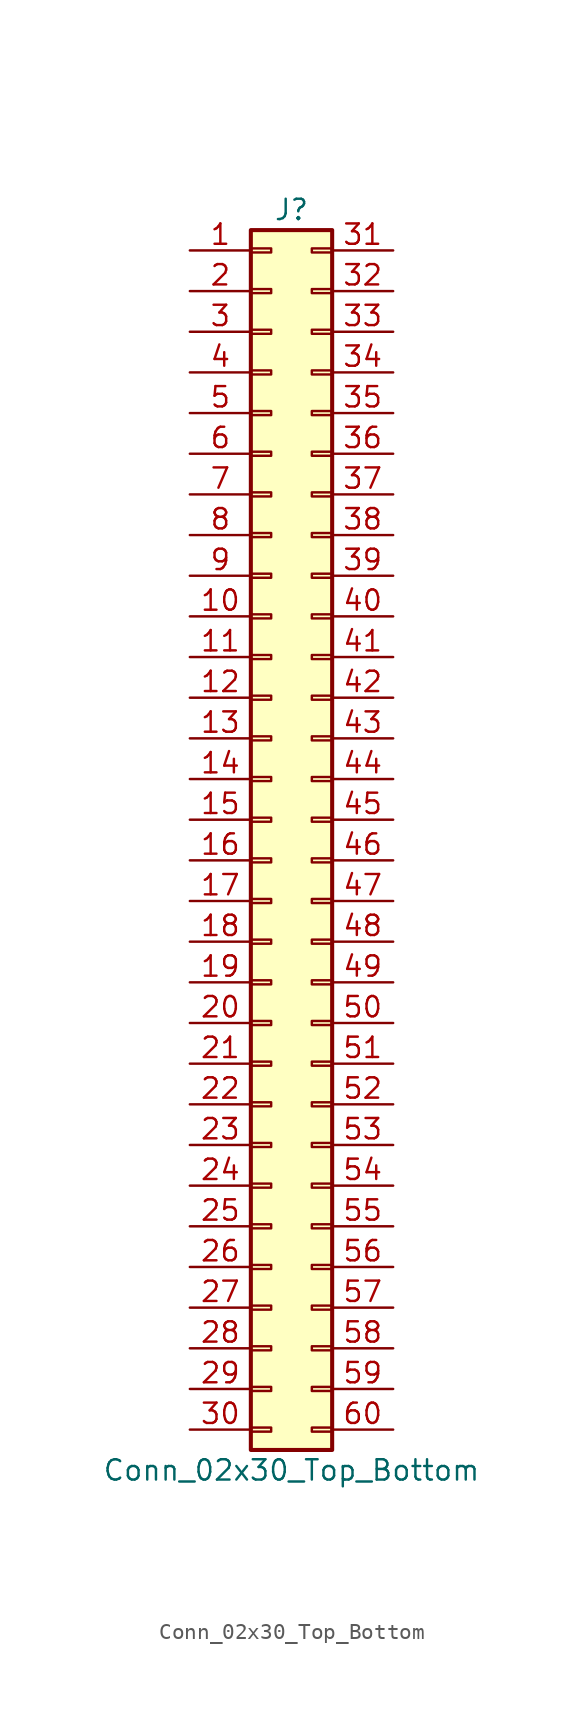
<source format=kicad_sym>
(kicad_symbol_lib
  (version 20201005)
  (generator kicad_symbol_editor)
  (symbol "Conn_02x30_Top_Bottom"
    (pin_names
      (offset 1.016) hide)
    (property "Reference" "J"
      (at 1.27 38.1 0)
      (effects (font (size 1.27 1.27))))
    (property "Value" "Conn_02x30_Top_Bottom"
      (at 1.27 -40.64 0)
      (effects (font (size 1.27 1.27))))
    (symbol "Conn_02x30_Top_Bottom_1_1"
      (rectangle (start -1.27 -37.973) (end 0 -38.227) (stroke (width 0.152)) (fill (type none)))
      (rectangle (start -1.27 -35.433) (end 0 -35.687) (stroke (width 0.152)) (fill (type none)))
      (rectangle (start -1.27 -32.893) (end 0 -33.147) (stroke (width 0.152)) (fill (type none)))
      (rectangle (start -1.27 -30.353) (end 0 -30.607) (stroke (width 0.152)) (fill (type none)))
      (rectangle (start -1.27 -27.813) (end 0 -28.067) (stroke (width 0.152)) (fill (type none)))
      (rectangle (start -1.27 -25.273) (end 0 -25.527) (stroke (width 0.152)) (fill (type none)))
      (rectangle (start -1.27 -22.733) (end 0 -22.987) (stroke (width 0.152)) (fill (type none)))
      (rectangle (start -1.27 -20.193) (end 0 -20.447) (stroke (width 0.152)) (fill (type none)))
      (rectangle (start -1.27 -17.653) (end 0 -17.907) (stroke (width 0.152)) (fill (type none)))
      (rectangle (start -1.27 -15.113) (end 0 -15.367) (stroke (width 0.152)) (fill (type none)))
      (rectangle (start -1.27 -12.573) (end 0 -12.827) (stroke (width 0.152)) (fill (type none)))
      (rectangle (start -1.27 -10.033) (end 0 -10.287) (stroke (width 0.152)) (fill (type none)))
      (rectangle (start -1.27 -7.493) (end 0 -7.747) (stroke (width 0.152)) (fill (type none)))
      (rectangle (start -1.27 -4.953) (end 0 -5.207) (stroke (width 0.152)) (fill (type none)))
      (rectangle (start -1.27 -2.413) (end 0 -2.667) (stroke (width 0.152)) (fill (type none)))
      (rectangle (start -1.27 0.127) (end 0 -0.127) (stroke (width 0.152)) (fill (type none)))
      (rectangle (start -1.27 2.667) (end 0 2.413) (stroke (width 0.152)) (fill (type none)))
      (rectangle (start -1.27 5.207) (end 0 4.953) (stroke (width 0.152)) (fill (type none)))
      (rectangle (start -1.27 7.747) (end 0 7.493) (stroke (width 0.152)) (fill (type none)))
      (rectangle (start -1.27 10.287) (end 0 10.033) (stroke (width 0.152)) (fill (type none)))
      (rectangle (start -1.27 12.827) (end 0 12.573) (stroke (width 0.152)) (fill (type none)))
      (rectangle (start -1.27 15.367) (end 0 15.113) (stroke (width 0.152)) (fill (type none)))
      (rectangle (start -1.27 17.907) (end 0 17.653) (stroke (width 0.152)) (fill (type none)))
      (rectangle (start -1.27 20.447) (end 0 20.193) (stroke (width 0.152)) (fill (type none)))
      (rectangle (start -1.27 22.987) (end 0 22.733) (stroke (width 0.152)) (fill (type none)))
      (rectangle (start -1.27 25.527) (end 0 25.273) (stroke (width 0.152)) (fill (type none)))
      (rectangle (start -1.27 28.067) (end 0 27.813) (stroke (width 0.152)) (fill (type none)))
      (rectangle (start -1.27 30.607) (end 0 30.353) (stroke (width 0.152)) (fill (type none)))
      (rectangle (start -1.27 33.147) (end 0 32.893) (stroke (width 0.152)) (fill (type none)))
      (rectangle (start -1.27 35.687) (end 0 35.433) (stroke (width 0.152)) (fill (type none)))
      (rectangle (start -1.27 36.83) (end 3.81 -39.37) (stroke (width 0.254)) (fill (type background)))
      (rectangle (start 3.81 -37.973) (end 2.54 -38.227) (stroke (width 0.152)) (fill (type none)))
      (rectangle (start 3.81 -35.433) (end 2.54 -35.687) (stroke (width 0.152)) (fill (type none)))
      (rectangle (start 3.81 -32.893) (end 2.54 -33.147) (stroke (width 0.152)) (fill (type none)))
      (rectangle (start 3.81 -30.353) (end 2.54 -30.607) (stroke (width 0.152)) (fill (type none)))
      (rectangle (start 3.81 -27.813) (end 2.54 -28.067) (stroke (width 0.152)) (fill (type none)))
      (rectangle (start 3.81 -25.273) (end 2.54 -25.527) (stroke (width 0.152)) (fill (type none)))
      (rectangle (start 3.81 -22.733) (end 2.54 -22.987) (stroke (width 0.152)) (fill (type none)))
      (rectangle (start 3.81 -20.193) (end 2.54 -20.447) (stroke (width 0.152)) (fill (type none)))
      (rectangle (start 3.81 -17.653) (end 2.54 -17.907) (stroke (width 0.152)) (fill (type none)))
      (rectangle (start 3.81 -15.113) (end 2.54 -15.367) (stroke (width 0.152)) (fill (type none)))
      (rectangle (start 3.81 -12.573) (end 2.54 -12.827) (stroke (width 0.152)) (fill (type none)))
      (rectangle (start 3.81 -10.033) (end 2.54 -10.287) (stroke (width 0.152)) (fill (type none)))
      (rectangle (start 3.81 -7.493) (end 2.54 -7.747) (stroke (width 0.152)) (fill (type none)))
      (rectangle (start 3.81 -4.953) (end 2.54 -5.207) (stroke (width 0.152)) (fill (type none)))
      (rectangle (start 3.81 -2.413) (end 2.54 -2.667) (stroke (width 0.152)) (fill (type none)))
      (rectangle (start 3.81 0.127) (end 2.54 -0.127) (stroke (width 0.152)) (fill (type none)))
      (rectangle (start 3.81 2.667) (end 2.54 2.413) (stroke (width 0.152)) (fill (type none)))
      (rectangle (start 3.81 5.207) (end 2.54 4.953) (stroke (width 0.152)) (fill (type none)))
      (rectangle (start 3.81 7.747) (end 2.54 7.493) (stroke (width 0.152)) (fill (type none)))
      (rectangle (start 3.81 10.287) (end 2.54 10.033) (stroke (width 0.152)) (fill (type none)))
      (rectangle (start 3.81 12.827) (end 2.54 12.573) (stroke (width 0.152)) (fill (type none)))
      (rectangle (start 3.81 15.367) (end 2.54 15.113) (stroke (width 0.152)) (fill (type none)))
      (rectangle (start 3.81 17.907) (end 2.54 17.653) (stroke (width 0.152)) (fill (type none)))
      (rectangle (start 3.81 20.447) (end 2.54 20.193) (stroke (width 0.152)) (fill (type none)))
      (rectangle (start 3.81 22.987) (end 2.54 22.733) (stroke (width 0.152)) (fill (type none)))
      (rectangle (start 3.81 25.527) (end 2.54 25.273) (stroke (width 0.152)) (fill (type none)))
      (rectangle (start 3.81 28.067) (end 2.54 27.813) (stroke (width 0.152)) (fill (type none)))
      (rectangle (start 3.81 30.607) (end 2.54 30.353) (stroke (width 0.152)) (fill (type none)))
      (rectangle (start 3.81 33.147) (end 2.54 32.893) (stroke (width 0.152)) (fill (type none)))
      (rectangle (start 3.81 35.687) (end 2.54 35.433) (stroke (width 0.152)) (fill (type none)))
      (pin passive line (at -5.08 35.56 0) (length 3.81) (name "Pin_1" (effects (font (size 1.27 1.27)))) (number "1" (effects (font (size 1.27 1.27)))))
      (pin passive line (at -5.08 12.7 0) (length 3.81) (name "Pin_10" (effects (font (size 1.27 1.27)))) (number "10" (effects (font (size 1.27 1.27)))))
      (pin passive line (at -5.08 10.16 0) (length 3.81) (name "Pin_11" (effects (font (size 1.27 1.27)))) (number "11" (effects (font (size 1.27 1.27)))))
      (pin passive line (at -5.08 7.62 0) (length 3.81) (name "Pin_12" (effects (font (size 1.27 1.27)))) (number "12" (effects (font (size 1.27 1.27)))))
      (pin passive line (at -5.08 5.08 0) (length 3.81) (name "Pin_13" (effects (font (size 1.27 1.27)))) (number "13" (effects (font (size 1.27 1.27)))))
      (pin passive line (at -5.08 2.54 0) (length 3.81) (name "Pin_14" (effects (font (size 1.27 1.27)))) (number "14" (effects (font (size 1.27 1.27)))))
      (pin passive line (at -5.08 0 0) (length 3.81) (name "Pin_15" (effects (font (size 1.27 1.27)))) (number "15" (effects (font (size 1.27 1.27)))))
      (pin passive line (at -5.08 -2.54 0) (length 3.81) (name "Pin_16" (effects (font (size 1.27 1.27)))) (number "16" (effects (font (size 1.27 1.27)))))
      (pin passive line (at -5.08 -5.08 0) (length 3.81) (name "Pin_17" (effects (font (size 1.27 1.27)))) (number "17" (effects (font (size 1.27 1.27)))))
      (pin passive line (at -5.08 -7.62 0) (length 3.81) (name "Pin_18" (effects (font (size 1.27 1.27)))) (number "18" (effects (font (size 1.27 1.27)))))
      (pin passive line (at -5.08 -10.16 0) (length 3.81) (name "Pin_19" (effects (font (size 1.27 1.27)))) (number "19" (effects (font (size 1.27 1.27)))))
      (pin passive line (at -5.08 33.02 0) (length 3.81) (name "Pin_2" (effects (font (size 1.27 1.27)))) (number "2" (effects (font (size 1.27 1.27)))))
      (pin passive line (at -5.08 -12.7 0) (length 3.81) (name "Pin_20" (effects (font (size 1.27 1.27)))) (number "20" (effects (font (size 1.27 1.27)))))
      (pin passive line (at -5.08 -15.24 0) (length 3.81) (name "Pin_21" (effects (font (size 1.27 1.27)))) (number "21" (effects (font (size 1.27 1.27)))))
      (pin passive line (at -5.08 -17.78 0) (length 3.81) (name "Pin_22" (effects (font (size 1.27 1.27)))) (number "22" (effects (font (size 1.27 1.27)))))
      (pin passive line (at -5.08 -20.32 0) (length 3.81) (name "Pin_23" (effects (font (size 1.27 1.27)))) (number "23" (effects (font (size 1.27 1.27)))))
      (pin passive line (at -5.08 -22.86 0) (length 3.81) (name "Pin_24" (effects (font (size 1.27 1.27)))) (number "24" (effects (font (size 1.27 1.27)))))
      (pin passive line (at -5.08 -25.4 0) (length 3.81) (name "Pin_25" (effects (font (size 1.27 1.27)))) (number "25" (effects (font (size 1.27 1.27)))))
      (pin passive line (at -5.08 -27.94 0) (length 3.81) (name "Pin_26" (effects (font (size 1.27 1.27)))) (number "26" (effects (font (size 1.27 1.27)))))
      (pin passive line (at -5.08 -30.48 0) (length 3.81) (name "Pin_27" (effects (font (size 1.27 1.27)))) (number "27" (effects (font (size 1.27 1.27)))))
      (pin passive line (at -5.08 -33.02 0) (length 3.81) (name "Pin_28" (effects (font (size 1.27 1.27)))) (number "28" (effects (font (size 1.27 1.27)))))
      (pin passive line (at -5.08 -35.56 0) (length 3.81) (name "Pin_29" (effects (font (size 1.27 1.27)))) (number "29" (effects (font (size 1.27 1.27)))))
      (pin passive line (at -5.08 30.48 0) (length 3.81) (name "Pin_3" (effects (font (size 1.27 1.27)))) (number "3" (effects (font (size 1.27 1.27)))))
      (pin passive line (at -5.08 -38.1 0) (length 3.81) (name "Pin_30" (effects (font (size 1.27 1.27)))) (number "30" (effects (font (size 1.27 1.27)))))
      (pin passive line (at 7.62 35.56 180) (length 3.81) (name "Pin_31" (effects (font (size 1.27 1.27)))) (number "31" (effects (font (size 1.27 1.27)))))
      (pin passive line (at 7.62 33.02 180) (length 3.81) (name "Pin_32" (effects (font (size 1.27 1.27)))) (number "32" (effects (font (size 1.27 1.27)))))
      (pin passive line (at 7.62 30.48 180) (length 3.81) (name "Pin_33" (effects (font (size 1.27 1.27)))) (number "33" (effects (font (size 1.27 1.27)))))
      (pin passive line (at 7.62 27.94 180) (length 3.81) (name "Pin_34" (effects (font (size 1.27 1.27)))) (number "34" (effects (font (size 1.27 1.27)))))
      (pin passive line (at 7.62 25.4 180) (length 3.81) (name "Pin_35" (effects (font (size 1.27 1.27)))) (number "35" (effects (font (size 1.27 1.27)))))
      (pin passive line (at 7.62 22.86 180) (length 3.81) (name "Pin_36" (effects (font (size 1.27 1.27)))) (number "36" (effects (font (size 1.27 1.27)))))
      (pin passive line (at 7.62 20.32 180) (length 3.81) (name "Pin_37" (effects (font (size 1.27 1.27)))) (number "37" (effects (font (size 1.27 1.27)))))
      (pin passive line (at 7.62 17.78 180) (length 3.81) (name "Pin_38" (effects (font (size 1.27 1.27)))) (number "38" (effects (font (size 1.27 1.27)))))
      (pin passive line (at 7.62 15.24 180) (length 3.81) (name "Pin_39" (effects (font (size 1.27 1.27)))) (number "39" (effects (font (size 1.27 1.27)))))
      (pin passive line (at -5.08 27.94 0) (length 3.81) (name "Pin_4" (effects (font (size 1.27 1.27)))) (number "4" (effects (font (size 1.27 1.27)))))
      (pin passive line (at 7.62 12.7 180) (length 3.81) (name "Pin_40" (effects (font (size 1.27 1.27)))) (number "40" (effects (font (size 1.27 1.27)))))
      (pin passive line (at 7.62 10.16 180) (length 3.81) (name "Pin_41" (effects (font (size 1.27 1.27)))) (number "41" (effects (font (size 1.27 1.27)))))
      (pin passive line (at 7.62 7.62 180) (length 3.81) (name "Pin_42" (effects (font (size 1.27 1.27)))) (number "42" (effects (font (size 1.27 1.27)))))
      (pin passive line (at 7.62 5.08 180) (length 3.81) (name "Pin_43" (effects (font (size 1.27 1.27)))) (number "43" (effects (font (size 1.27 1.27)))))
      (pin passive line (at 7.62 2.54 180) (length 3.81) (name "Pin_44" (effects (font (size 1.27 1.27)))) (number "44" (effects (font (size 1.27 1.27)))))
      (pin passive line (at 7.62 0 180) (length 3.81) (name "Pin_45" (effects (font (size 1.27 1.27)))) (number "45" (effects (font (size 1.27 1.27)))))
      (pin passive line (at 7.62 -2.54 180) (length 3.81) (name "Pin_46" (effects (font (size 1.27 1.27)))) (number "46" (effects (font (size 1.27 1.27)))))
      (pin passive line (at 7.62 -5.08 180) (length 3.81) (name "Pin_47" (effects (font (size 1.27 1.27)))) (number "47" (effects (font (size 1.27 1.27)))))
      (pin passive line (at 7.62 -7.62 180) (length 3.81) (name "Pin_48" (effects (font (size 1.27 1.27)))) (number "48" (effects (font (size 1.27 1.27)))))
      (pin passive line (at 7.62 -10.16 180) (length 3.81) (name "Pin_49" (effects (font (size 1.27 1.27)))) (number "49" (effects (font (size 1.27 1.27)))))
      (pin passive line (at -5.08 25.4 0) (length 3.81) (name "Pin_5" (effects (font (size 1.27 1.27)))) (number "5" (effects (font (size 1.27 1.27)))))
      (pin passive line (at 7.62 -12.7 180) (length 3.81) (name "Pin_50" (effects (font (size 1.27 1.27)))) (number "50" (effects (font (size 1.27 1.27)))))
      (pin passive line (at 7.62 -15.24 180) (length 3.81) (name "Pin_51" (effects (font (size 1.27 1.27)))) (number "51" (effects (font (size 1.27 1.27)))))
      (pin passive line (at 7.62 -17.78 180) (length 3.81) (name "Pin_52" (effects (font (size 1.27 1.27)))) (number "52" (effects (font (size 1.27 1.27)))))
      (pin passive line (at 7.62 -20.32 180) (length 3.81) (name "Pin_53" (effects (font (size 1.27 1.27)))) (number "53" (effects (font (size 1.27 1.27)))))
      (pin passive line (at 7.62 -22.86 180) (length 3.81) (name "Pin_54" (effects (font (size 1.27 1.27)))) (number "54" (effects (font (size 1.27 1.27)))))
      (pin passive line (at 7.62 -25.4 180) (length 3.81) (name "Pin_55" (effects (font (size 1.27 1.27)))) (number "55" (effects (font (size 1.27 1.27)))))
      (pin passive line (at 7.62 -27.94 180) (length 3.81) (name "Pin_56" (effects (font (size 1.27 1.27)))) (number "56" (effects (font (size 1.27 1.27)))))
      (pin passive line (at 7.62 -30.48 180) (length 3.81) (name "Pin_57" (effects (font (size 1.27 1.27)))) (number "57" (effects (font (size 1.27 1.27)))))
      (pin passive line (at 7.62 -33.02 180) (length 3.81) (name "Pin_58" (effects (font (size 1.27 1.27)))) (number "58" (effects (font (size 1.27 1.27)))))
      (pin passive line (at 7.62 -35.56 180) (length 3.81) (name "Pin_59" (effects (font (size 1.27 1.27)))) (number "59" (effects (font (size 1.27 1.27)))))
      (pin passive line (at -5.08 22.86 0) (length 3.81) (name "Pin_6" (effects (font (size 1.27 1.27)))) (number "6" (effects (font (size 1.27 1.27)))))
      (pin passive line (at 7.62 -38.1 180) (length 3.81) (name "Pin_60" (effects (font (size 1.27 1.27)))) (number "60" (effects (font (size 1.27 1.27)))))
      (pin passive line (at -5.08 20.32 0) (length 3.81) (name "Pin_7" (effects (font (size 1.27 1.27)))) (number "7" (effects (font (size 1.27 1.27)))))
      (pin passive line (at -5.08 17.78 0) (length 3.81) (name "Pin_8" (effects (font (size 1.27 1.27)))) (number "8" (effects (font (size 1.27 1.27)))))
      (pin passive line (at -5.08 15.24 0) (length 3.81) (name "Pin_9" (effects (font (size 1.27 1.27)))) (number "9" (effects (font (size 1.27 1.27))))))))
</source>
